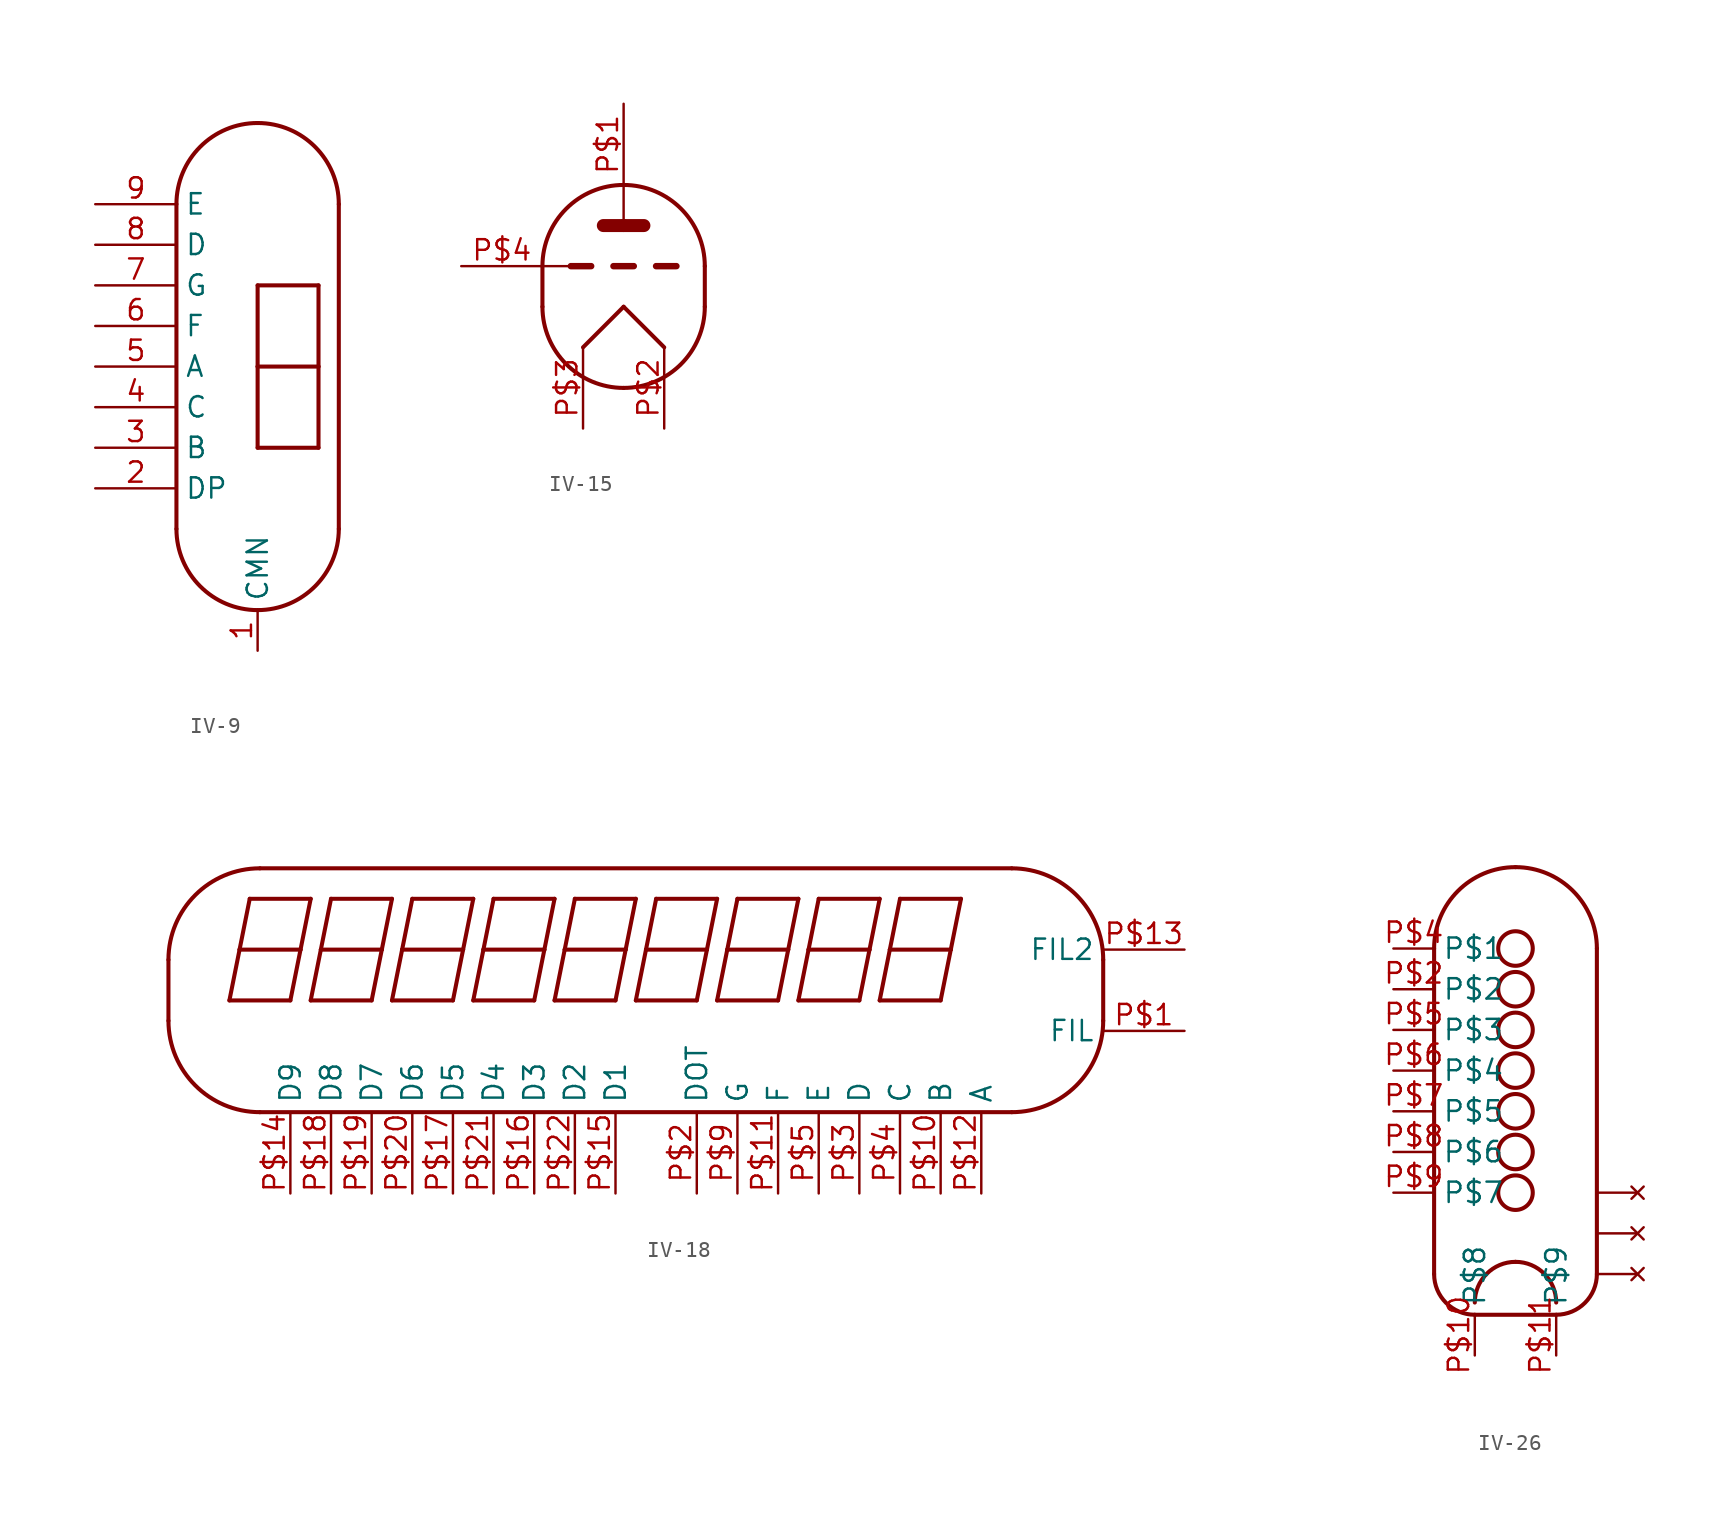
<source format=kicad_sym>
(kicad_symbol_lib
  (version 20231120)
  (generator "kicad_symbol_editor")
  (generator_version "8.0")
  (symbol "IV-9"
    (property "Reference" ""
      (at 0 22.86 0)
      (effects (font (size 1.016 0.864)) (justify left bottom) (hide yes)))
    (property "Value" ""
      (at -7.62 22.86 0)
      (effects (font (size 1.016 0.864)) (justify left bottom)))
    (property "ki_locked" ""
      (at 0 0 0)
      (effects (font (size 1.27 1.27))))
    (symbol "IV-9_1_0"
      (arc (start -7.62 -2.54) (mid -6.132 -6.1321) (end -2.5398 -7.62) (stroke (width 0.254) (type solid)) (fill (type none)))
      (arc (start -2.54 -7.62) (mid 1.0522 -6.1321) (end 2.5401 -2.5399) (stroke (width 0.254) (type solid)) (fill (type none)))
      (arc (start -2.5399 22.8601) (mid -6.1321 21.3722) (end -7.62 17.78) (stroke (width 0.254) (type solid)) (fill (type none)))
      (polyline (pts (xy -7.62 -2.54) (xy -7.62 17.78)) (stroke (width 0.254) (type solid)) (fill (type none)))
      (polyline (pts (xy -2.54 2.54) (xy -2.54 7.62)) (stroke (width 0.254) (type solid)) (fill (type none)))
      (polyline (pts (xy -2.54 7.62) (xy -2.54 12.7)) (stroke (width 0.254) (type solid)) (fill (type none)))
      (polyline (pts (xy -2.54 7.62) (xy 1.27 7.62)) (stroke (width 0.254) (type solid)) (fill (type none)))
      (polyline (pts (xy -2.54 12.7) (xy 1.27 12.7)) (stroke (width 0.254) (type solid)) (fill (type none)))
      (polyline (pts (xy 1.27 2.54) (xy -2.54 2.54)) (stroke (width 0.254) (type solid)) (fill (type none)))
      (polyline (pts (xy 1.27 7.62) (xy 1.27 2.54)) (stroke (width 0.254) (type solid)) (fill (type none)))
      (polyline (pts (xy 1.27 12.7) (xy 1.27 7.62)) (stroke (width 0.254) (type solid)) (fill (type none)))
      (polyline (pts (xy 2.54 -2.54) (xy 2.54 17.78)) (stroke (width 0.254) (type solid)) (fill (type none)))
      (arc (start 2.54 17.78) (mid 1.0521 21.3721) (end -2.54 22.86) (stroke (width 0.254) (type solid)) (fill (type none)))
      (pin bidirectional line (at -2.54 -10.16 90) (length 2.54) (name "CMN" (effects (font (size 1.27 1.27)))) (number "1" (effects (font (size 1.27 1.27)))))
      (pin bidirectional line (at -12.7 0 0) (length 5.08) (name "DP" (effects (font (size 1.27 1.27)))) (number "2" (effects (font (size 1.27 1.27)))))
      (pin bidirectional line (at -12.7 2.54 0) (length 5.08) (name "B" (effects (font (size 1.27 1.27)))) (number "3" (effects (font (size 1.27 1.27)))))
      (pin bidirectional line (at -12.7 5.08 0) (length 5.08) (name "C" (effects (font (size 1.27 1.27)))) (number "4" (effects (font (size 1.27 1.27)))))
      (pin bidirectional line (at -12.7 7.62 0) (length 5.08) (name "A" (effects (font (size 1.27 1.27)))) (number "5" (effects (font (size 1.27 1.27)))))
      (pin bidirectional line (at -12.7 10.16 0) (length 5.08) (name "F" (effects (font (size 1.27 1.27)))) (number "6" (effects (font (size 1.27 1.27)))))
      (pin bidirectional line (at -12.7 12.7 0) (length 5.08) (name "G" (effects (font (size 1.27 1.27)))) (number "7" (effects (font (size 1.27 1.27)))))
      (pin bidirectional line (at -12.7 15.24 0) (length 5.08) (name "D" (effects (font (size 1.27 1.27)))) (number "8" (effects (font (size 1.27 1.27)))))
      (pin bidirectional line (at -12.7 17.78 0) (length 5.08) (name "E" (effects (font (size 1.27 1.27)))) (number "9" (effects (font (size 1.27 1.27)))))))
  (symbol "IV-15"
    (property "Reference" ""
      (at 2.54 7.62 0)
      (effects (font (size 1.778 1.511)) (justify left bottom) (hide yes)))
    (property "Value" ""
      (at 2.54 5.08 0)
      (effects (font (size 1.778 1.511)) (justify left bottom)))
    (property "ki_locked" ""
      (at 0 0 0)
      (effects (font (size 1.27 1.27))))
    (symbol "IV-15_1_0"
      (arc (start -5.08 -2.54) (mid -3.592 -6.1321) (end 0.0001 -7.6199) (stroke (width 0.254) (type solid)) (fill (type none)))
      (arc (start 0 -7.62) (mid 3.5922 -6.1321) (end 5.0801 -2.5399) (stroke (width 0.254) (type solid)) (fill (type none)))
      (polyline (pts (xy -5.08 0) (xy -5.08 -2.54)) (stroke (width 0.254) (type solid)) (fill (type none)))
      (polyline (pts (xy -5.08 0) (xy -3.302 0)) (stroke (width 0.152) (type solid)) (fill (type none)))
      (polyline (pts (xy -3.302 0) (xy -2.032 0)) (stroke (width 0.406) (type solid)) (fill (type none)))
      (polyline (pts (xy -2.54 -5.08) (xy 0 -2.54)) (stroke (width 0.254) (type solid)) (fill (type none)))
      (polyline (pts (xy -1.27 2.54) (xy 0 2.54)) (stroke (width 0.813) (type solid)) (fill (type none)))
      (polyline (pts (xy -0.635 0) (xy 0.635 0)) (stroke (width 0.406) (type solid)) (fill (type none)))
      (polyline (pts (xy 0 -2.54) (xy 2.54 -5.08)) (stroke (width 0.254) (type solid)) (fill (type none)))
      (polyline (pts (xy 0 2.54) (xy 1.27 2.54)) (stroke (width 0.813) (type solid)) (fill (type none)))
      (polyline (pts (xy 0 5.08) (xy 0 2.54)) (stroke (width 0.152) (type solid)) (fill (type none)))
      (polyline (pts (xy 2.032 0) (xy 3.302 0)) (stroke (width 0.406) (type solid)) (fill (type none)))
      (polyline (pts (xy 5.08 -2.54) (xy 5.08 0)) (stroke (width 0.254) (type solid)) (fill (type none)))
      (arc (start 0 5.08) (mid -3.5921 3.5921) (end -5.08 0) (stroke (width 0.254) (type solid)) (fill (type none)))
      (arc (start 5.08 0) (mid 3.5921 3.5921) (end 0 5.08) (stroke (width 0.254) (type solid)) (fill (type none)))
      (pin passive line (at 0 10.16 270) (length 5.08) (name "A" (effects (font (size 0 0)))) (number "P$1" (effects (font (size 1.27 1.27)))))
      (pin passive line (at 2.54 -10.16 90) (length 5.08) (name "F1" (effects (font (size 0 0)))) (number "P$2" (effects (font (size 1.27 1.27)))))
      (pin passive line (at -2.54 -10.16 90) (length 5.08) (name "F2" (effects (font (size 0 0)))) (number "P$3" (effects (font (size 1.27 1.27)))))
      (pin passive line (at -10.16 0 0) (length 5.08) (name "G" (effects (font (size 0 0)))) (number "P$4" (effects (font (size 1.27 1.27)))))))
  (symbol "IV-18"
    (property "Reference" ""
      (at -22.225 8.255 0)
      (effects (font (size 1.778 1.511)) (justify left bottom) (hide yes)))
    (property "Value" ""
      (at 14.605 8.255 0)
      (effects (font (size 1.778 1.511)) (justify left bottom)))
    (property "ki_locked" ""
      (at 0 0 0)
      (effects (font (size 1.27 1.27))))
    (symbol "IV-18_1_0"
      (arc (start -27.94 -1.905) (mid -26.266 -5.9461) (end -22.2249 -7.6199) (stroke (width 0.254) (type solid)) (fill (type none)))
      (arc (start -22.225 7.62) (mid -26.2662 5.9461) (end -27.9401 1.9049) (stroke (width 0.254) (type solid)) (fill (type none)))
      (polyline (pts (xy -27.94 1.905) (xy -27.94 -1.905)) (stroke (width 0.254) (type solid)) (fill (type none)))
      (polyline (pts (xy -24.13 -0.635) (xy -20.32 -0.635)) (stroke (width 0.254) (type solid)) (fill (type none)))
      (polyline (pts (xy -23.495 2.54) (xy -24.13 -0.635)) (stroke (width 0.254) (type solid)) (fill (type none)))
      (polyline (pts (xy -23.495 2.54) (xy -19.685 2.54)) (stroke (width 0.254) (type solid)) (fill (type none)))
      (polyline (pts (xy -22.86 5.715) (xy -23.495 2.54)) (stroke (width 0.254) (type solid)) (fill (type none)))
      (polyline (pts (xy -22.225 -7.62) (xy 24.765 -7.62)) (stroke (width 0.254) (type solid)) (fill (type none)))
      (polyline (pts (xy -20.32 -0.635) (xy -19.685 2.54)) (stroke (width 0.254) (type solid)) (fill (type none)))
      (polyline (pts (xy -19.685 2.54) (xy -19.05 5.715)) (stroke (width 0.254) (type solid)) (fill (type none)))
      (polyline (pts (xy -19.05 -0.635) (xy -15.24 -0.635)) (stroke (width 0.254) (type solid)) (fill (type none)))
      (polyline (pts (xy -19.05 5.715) (xy -22.86 5.715)) (stroke (width 0.254) (type solid)) (fill (type none)))
      (polyline (pts (xy -18.415 2.54) (xy -19.05 -0.635)) (stroke (width 0.254) (type solid)) (fill (type none)))
      (polyline (pts (xy -18.415 2.54) (xy -14.605 2.54)) (stroke (width 0.254) (type solid)) (fill (type none)))
      (polyline (pts (xy -17.78 5.715) (xy -18.415 2.54)) (stroke (width 0.254) (type solid)) (fill (type none)))
      (polyline (pts (xy -15.24 -0.635) (xy -14.605 2.54)) (stroke (width 0.254) (type solid)) (fill (type none)))
      (polyline (pts (xy -14.605 2.54) (xy -13.97 5.715)) (stroke (width 0.254) (type solid)) (fill (type none)))
      (polyline (pts (xy -13.97 -0.635) (xy -10.16 -0.635)) (stroke (width 0.254) (type solid)) (fill (type none)))
      (polyline (pts (xy -13.97 5.715) (xy -17.78 5.715)) (stroke (width 0.254) (type solid)) (fill (type none)))
      (polyline (pts (xy -13.335 2.54) (xy -13.97 -0.635)) (stroke (width 0.254) (type solid)) (fill (type none)))
      (polyline (pts (xy -13.335 2.54) (xy -9.525 2.54)) (stroke (width 0.254) (type solid)) (fill (type none)))
      (polyline (pts (xy -12.7 5.715) (xy -13.335 2.54)) (stroke (width 0.254) (type solid)) (fill (type none)))
      (polyline (pts (xy -10.16 -0.635) (xy -9.525 2.54)) (stroke (width 0.254) (type solid)) (fill (type none)))
      (polyline (pts (xy -9.525 2.54) (xy -8.89 5.715)) (stroke (width 0.254) (type solid)) (fill (type none)))
      (polyline (pts (xy -8.89 -0.635) (xy -5.08 -0.635)) (stroke (width 0.254) (type solid)) (fill (type none)))
      (polyline (pts (xy -8.89 5.715) (xy -12.7 5.715)) (stroke (width 0.254) (type solid)) (fill (type none)))
      (polyline (pts (xy -8.255 2.54) (xy -8.89 -0.635)) (stroke (width 0.254) (type solid)) (fill (type none)))
      (polyline (pts (xy -8.255 2.54) (xy -4.445 2.54)) (stroke (width 0.254) (type solid)) (fill (type none)))
      (polyline (pts (xy -7.62 5.715) (xy -8.255 2.54)) (stroke (width 0.254) (type solid)) (fill (type none)))
      (polyline (pts (xy -5.08 -0.635) (xy -4.445 2.54)) (stroke (width 0.254) (type solid)) (fill (type none)))
      (polyline (pts (xy -4.445 2.54) (xy -3.81 5.715)) (stroke (width 0.254) (type solid)) (fill (type none)))
      (polyline (pts (xy -3.81 -0.635) (xy 0 -0.635)) (stroke (width 0.254) (type solid)) (fill (type none)))
      (polyline (pts (xy -3.81 5.715) (xy -7.62 5.715)) (stroke (width 0.254) (type solid)) (fill (type none)))
      (polyline (pts (xy -3.175 2.54) (xy -3.81 -0.635)) (stroke (width 0.254) (type solid)) (fill (type none)))
      (polyline (pts (xy -3.175 2.54) (xy 0.635 2.54)) (stroke (width 0.254) (type solid)) (fill (type none)))
      (polyline (pts (xy -2.54 5.715) (xy -3.175 2.54)) (stroke (width 0.254) (type solid)) (fill (type none)))
      (polyline (pts (xy 0 -0.635) (xy 0.635 2.54)) (stroke (width 0.254) (type solid)) (fill (type none)))
      (polyline (pts (xy 0.635 2.54) (xy 1.27 5.715)) (stroke (width 0.254) (type solid)) (fill (type none)))
      (polyline (pts (xy 1.27 -0.635) (xy 5.08 -0.635)) (stroke (width 0.254) (type solid)) (fill (type none)))
      (polyline (pts (xy 1.27 5.715) (xy -2.54 5.715)) (stroke (width 0.254) (type solid)) (fill (type none)))
      (polyline (pts (xy 1.905 2.54) (xy 1.27 -0.635)) (stroke (width 0.254) (type solid)) (fill (type none)))
      (polyline (pts (xy 1.905 2.54) (xy 5.715 2.54)) (stroke (width 0.254) (type solid)) (fill (type none)))
      (polyline (pts (xy 2.54 5.715) (xy 1.905 2.54)) (stroke (width 0.254) (type solid)) (fill (type none)))
      (polyline (pts (xy 5.08 -0.635) (xy 5.715 2.54)) (stroke (width 0.254) (type solid)) (fill (type none)))
      (polyline (pts (xy 5.715 2.54) (xy 6.35 5.715)) (stroke (width 0.254) (type solid)) (fill (type none)))
      (polyline (pts (xy 6.35 -0.635) (xy 10.16 -0.635)) (stroke (width 0.254) (type solid)) (fill (type none)))
      (polyline (pts (xy 6.35 5.715) (xy 2.54 5.715)) (stroke (width 0.254) (type solid)) (fill (type none)))
      (polyline (pts (xy 6.985 2.54) (xy 6.35 -0.635)) (stroke (width 0.254) (type solid)) (fill (type none)))
      (polyline (pts (xy 6.985 2.54) (xy 10.795 2.54)) (stroke (width 0.254) (type solid)) (fill (type none)))
      (polyline (pts (xy 7.62 5.715) (xy 6.985 2.54)) (stroke (width 0.254) (type solid)) (fill (type none)))
      (polyline (pts (xy 10.16 -0.635) (xy 10.795 2.54)) (stroke (width 0.254) (type solid)) (fill (type none)))
      (polyline (pts (xy 10.795 2.54) (xy 11.43 5.715)) (stroke (width 0.254) (type solid)) (fill (type none)))
      (polyline (pts (xy 11.43 -0.635) (xy 15.24 -0.635)) (stroke (width 0.254) (type solid)) (fill (type none)))
      (polyline (pts (xy 11.43 5.715) (xy 7.62 5.715)) (stroke (width 0.254) (type solid)) (fill (type none)))
      (polyline (pts (xy 12.065 2.54) (xy 11.43 -0.635)) (stroke (width 0.254) (type solid)) (fill (type none)))
      (polyline (pts (xy 12.065 2.54) (xy 15.875 2.54)) (stroke (width 0.254) (type solid)) (fill (type none)))
      (polyline (pts (xy 12.7 5.715) (xy 12.065 2.54)) (stroke (width 0.254) (type solid)) (fill (type none)))
      (polyline (pts (xy 15.24 -0.635) (xy 15.875 2.54)) (stroke (width 0.254) (type solid)) (fill (type none)))
      (polyline (pts (xy 15.875 2.54) (xy 16.51 5.715)) (stroke (width 0.254) (type solid)) (fill (type none)))
      (polyline (pts (xy 16.51 -0.635) (xy 20.32 -0.635)) (stroke (width 0.254) (type solid)) (fill (type none)))
      (polyline (pts (xy 16.51 5.715) (xy 12.7 5.715)) (stroke (width 0.254) (type solid)) (fill (type none)))
      (polyline (pts (xy 17.145 2.54) (xy 16.51 -0.635)) (stroke (width 0.254) (type solid)) (fill (type none)))
      (polyline (pts (xy 17.145 2.54) (xy 20.955 2.54)) (stroke (width 0.254) (type solid)) (fill (type none)))
      (polyline (pts (xy 17.78 5.715) (xy 17.145 2.54)) (stroke (width 0.254) (type solid)) (fill (type none)))
      (polyline (pts (xy 20.32 -0.635) (xy 20.955 2.54)) (stroke (width 0.254) (type solid)) (fill (type none)))
      (polyline (pts (xy 20.955 2.54) (xy 21.59 5.715)) (stroke (width 0.254) (type solid)) (fill (type none)))
      (polyline (pts (xy 21.59 5.715) (xy 17.78 5.715)) (stroke (width 0.254) (type solid)) (fill (type none)))
      (polyline (pts (xy 24.765 7.62) (xy -22.225 7.62)) (stroke (width 0.254) (type solid)) (fill (type none)))
      (polyline (pts (xy 30.48 -1.905) (xy 30.48 1.905)) (stroke (width 0.254) (type solid)) (fill (type none)))
      (arc (start 24.765 -7.62) (mid 28.8062 -5.9461) (end 30.4801 -1.9049) (stroke (width 0.254) (type solid)) (fill (type none)))
      (arc (start 30.48 1.905) (mid 28.806 5.9461) (end 24.7649 7.6199) (stroke (width 0.254) (type solid)) (fill (type none)))
      (pin bidirectional line (at 35.56 -2.54 180) (length 5.08) (name "FIL" (effects (font (size 1.27 1.27)))) (number "P$1" (effects (font (size 1.27 1.27)))))
      (pin bidirectional line (at 20.32 -12.7 90) (length 5.08) (name "B" (effects (font (size 1.27 1.27)))) (number "P$10" (effects (font (size 1.27 1.27)))))
      (pin bidirectional line (at 10.16 -12.7 90) (length 5.08) (name "F" (effects (font (size 1.27 1.27)))) (number "P$11" (effects (font (size 1.27 1.27)))))
      (pin bidirectional line (at 22.86 -12.7 90) (length 5.08) (name "A" (effects (font (size 1.27 1.27)))) (number "P$12" (effects (font (size 1.27 1.27)))))
      (pin bidirectional line (at 35.56 2.54 180) (length 5.08) (name "FIL2" (effects (font (size 1.27 1.27)))) (number "P$13" (effects (font (size 1.27 1.27)))))
      (pin bidirectional line (at -20.32 -12.7 90) (length 5.08) (name "D9" (effects (font (size 1.27 1.27)))) (number "P$14" (effects (font (size 1.27 1.27)))))
      (pin bidirectional line (at 0 -12.7 90) (length 5.08) (name "D1" (effects (font (size 1.27 1.27)))) (number "P$15" (effects (font (size 1.27 1.27)))))
      (pin bidirectional line (at -5.08 -12.7 90) (length 5.08) (name "D3" (effects (font (size 1.27 1.27)))) (number "P$16" (effects (font (size 1.27 1.27)))))
      (pin bidirectional line (at -10.16 -12.7 90) (length 5.08) (name "D5" (effects (font (size 1.27 1.27)))) (number "P$17" (effects (font (size 1.27 1.27)))))
      (pin bidirectional line (at -17.78 -12.7 90) (length 5.08) (name "D8" (effects (font (size 1.27 1.27)))) (number "P$18" (effects (font (size 1.27 1.27)))))
      (pin bidirectional line (at -15.24 -12.7 90) (length 5.08) (name "D7" (effects (font (size 1.27 1.27)))) (number "P$19" (effects (font (size 1.27 1.27)))))
      (pin bidirectional line (at 5.08 -12.7 90) (length 5.08) (name "DOT" (effects (font (size 1.27 1.27)))) (number "P$2" (effects (font (size 1.27 1.27)))))
      (pin bidirectional line (at -12.7 -12.7 90) (length 5.08) (name "D6" (effects (font (size 1.27 1.27)))) (number "P$20" (effects (font (size 1.27 1.27)))))
      (pin bidirectional line (at -7.62 -12.7 90) (length 5.08) (name "D4" (effects (font (size 1.27 1.27)))) (number "P$21" (effects (font (size 1.27 1.27)))))
      (pin bidirectional line (at -2.54 -12.7 90) (length 5.08) (name "D2" (effects (font (size 1.27 1.27)))) (number "P$22" (effects (font (size 1.27 1.27)))))
      (pin bidirectional line (at 15.24 -12.7 90) (length 5.08) (name "D" (effects (font (size 1.27 1.27)))) (number "P$3" (effects (font (size 1.27 1.27)))))
      (pin bidirectional line (at 17.78 -12.7 90) (length 5.08) (name "C" (effects (font (size 1.27 1.27)))) (number "P$4" (effects (font (size 1.27 1.27)))))
      (pin bidirectional line (at 12.7 -12.7 90) (length 5.08) (name "E" (effects (font (size 1.27 1.27)))) (number "P$5" (effects (font (size 1.27 1.27)))))
      (pin bidirectional line (at 7.62 -12.7 90) (length 5.08) (name "G" (effects (font (size 1.27 1.27)))) (number "P$9" (effects (font (size 1.27 1.27)))))))
  (symbol "IV-26"
    (property "Reference" ""
      (at 0 0 0)
      (effects (font (size 1.27 1.27)) (hide yes)))
    (property "ki_locked" ""
      (at 0 0 0)
      (effects (font (size 1.27 1.27))))
    (symbol "IV-26_1_0"
      (arc (start -5.08 -2.54) (mid -4.3361 -4.3361) (end -2.54 -5.08) (stroke (width 0.254) (type solid)) (fill (type none)))
      (arc (start 0 -1.778) (mid -1.7961 -2.5219) (end -2.54 -4.318) (stroke (width 0.254) (type solid)) (fill (type none)))
      (polyline (pts (xy -5.08 -2.54) (xy -5.08 17.78)) (stroke (width 0.254) (type solid)) (fill (type none)))
      (polyline (pts (xy 2.54 -5.08) (xy -2.54 -5.08)) (stroke (width 0.254) (type solid)) (fill (type none)))
      (polyline (pts (xy 5.08 17.78) (xy 5.08 -2.54)) (stroke (width 0.254) (type solid)) (fill (type none)))
      (circle (center 0 2.54) (radius 1.078) (stroke (width 0.254) (type solid)) (fill (type none)))
      (circle (center 0 5.08) (radius 1.078) (stroke (width 0.254) (type solid)) (fill (type none)))
      (circle (center 0 7.62) (radius 1.078) (stroke (width 0.254) (type solid)) (fill (type none)))
      (circle (center 0 10.16) (radius 1.078) (stroke (width 0.254) (type solid)) (fill (type none)))
      (circle (center 0 12.7) (radius 1.078) (stroke (width 0.254) (type solid)) (fill (type none)))
      (circle (center 0 15.24) (radius 1.078) (stroke (width 0.254) (type solid)) (fill (type none)))
      (circle (center 0 17.78) (radius 1.078) (stroke (width 0.254) (type solid)) (fill (type none)))
      (arc (start 0 22.86) (mid -3.5921 21.3721) (end -5.08 17.78) (stroke (width 0.254) (type solid)) (fill (type none)))
      (arc (start 2.54 -5.08) (mid 4.3361 -4.3361) (end 5.08 -2.54) (stroke (width 0.254) (type solid)) (fill (type none)))
      (arc (start 2.54 -4.318) (mid 1.7961 -2.5219) (end 0 -1.778) (stroke (width 0.254) (type solid)) (fill (type none)))
      (arc (start 5.08 17.78) (mid 3.5921 21.3721) (end 0 22.86) (stroke (width 0.254) (type solid)) (fill (type none)))
      (pin no_connect line (at 7.62 -2.54 180) (length 2.54) (name "P$12" (effects (font (size 0 0)))) (number "P$1" (effects (font (size 0 0)))))
      (pin bidirectional line (at -2.54 -7.62 90) (length 2.54) (name "P$8" (effects (font (size 1.27 1.27)))) (number "P$10" (effects (font (size 1.27 1.27)))))
      (pin bidirectional line (at 2.54 -7.62 90) (length 2.54) (name "P$9" (effects (font (size 1.27 1.27)))) (number "P$11" (effects (font (size 1.27 1.27)))))
      (pin no_connect line (at 7.62 2.54 180) (length 2.54) (name "P$10" (effects (font (size 0 0)))) (number "P$12" (effects (font (size 0 0)))))
      (pin bidirectional line (at -7.62 15.24 0) (length 2.54) (name "P$2" (effects (font (size 1.27 1.27)))) (number "P$2" (effects (font (size 1.27 1.27)))))
      (pin no_connect line (at 7.62 0 180) (length 2.54) (name "P$11" (effects (font (size 0 0)))) (number "P$3" (effects (font (size 0 0)))))
      (pin bidirectional line (at -7.62 17.78 0) (length 2.54) (name "P$1" (effects (font (size 1.27 1.27)))) (number "P$4" (effects (font (size 1.27 1.27)))))
      (pin bidirectional line (at -7.62 12.7 0) (length 2.54) (name "P$3" (effects (font (size 1.27 1.27)))) (number "P$5" (effects (font (size 1.27 1.27)))))
      (pin bidirectional line (at -7.62 10.16 0) (length 2.54) (name "P$4" (effects (font (size 1.27 1.27)))) (number "P$6" (effects (font (size 1.27 1.27)))))
      (pin bidirectional line (at -7.62 7.62 0) (length 2.54) (name "P$5" (effects (font (size 1.27 1.27)))) (number "P$7" (effects (font (size 1.27 1.27)))))
      (pin bidirectional line (at -7.62 5.08 0) (length 2.54) (name "P$6" (effects (font (size 1.27 1.27)))) (number "P$8" (effects (font (size 1.27 1.27)))))
      (pin bidirectional line (at -7.62 2.54 0) (length 2.54) (name "P$7" (effects (font (size 1.27 1.27)))) (number "P$9" (effects (font (size 1.27 1.27))))))))
</source>
